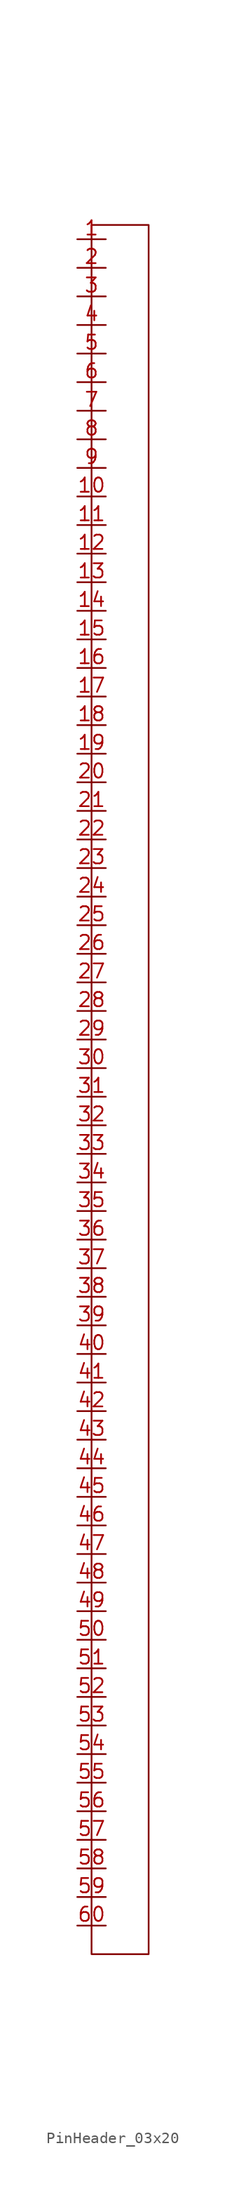
<source format=kicad_sym>
(kicad_symbol_lib
  (version 20241209)
  (generator "kicad_symbol_editor")
  (generator_version "9.0")
  (symbol "PinHeader_03x20"
    (property "Reference" "U"
      (at 0 0 0)
      (effects (font (size 1.27 1.27)) (hide yes)))
    (property "Value" ""
      (at 0 0 0)
      (effects (font (size 1.27 1.27))))
    (symbol "PinHeader_03x20_0_1"
      (polyline (pts (xy -5.08 27.94) (xy 0 27.94) (xy 0 -125.73) (xy -5.08 -125.73) (xy -5.08 27.94)) (stroke (width 0) (type default)) (fill (type none))))
    (symbol "PinHeader_03x20_1_1"
      (pin passive line (at -6.35 26.67 0) (length 2.54) (name "" (effects (font (size 1.27 1.27)))) (number "1" (effects (font (size 1.27 1.27)))))
      (pin passive line (at -6.35 24.13 0) (length 2.54) (name "" (effects (font (size 1.27 1.27)))) (number "2" (effects (font (size 1.27 1.27)))))
      (pin passive line (at -6.35 21.59 0) (length 2.54) (name "" (effects (font (size 1.27 1.27)))) (number "3" (effects (font (size 1.27 1.27)))))
      (pin passive line (at -6.35 19.05 0) (length 2.54) (name "" (effects (font (size 1.27 1.27)))) (number "4" (effects (font (size 1.27 1.27)))))
      (pin passive line (at -6.35 16.51 0) (length 2.54) (name "" (effects (font (size 1.27 1.27)))) (number "5" (effects (font (size 1.27 1.27)))))
      (pin passive line (at -6.35 13.97 0) (length 2.54) (name "" (effects (font (size 1.27 1.27)))) (number "6" (effects (font (size 1.27 1.27)))))
      (pin passive line (at -6.35 11.43 0) (length 2.54) (name "" (effects (font (size 1.27 1.27)))) (number "7" (effects (font (size 1.27 1.27)))))
      (pin passive line (at -6.35 8.89 0) (length 2.54) (name "" (effects (font (size 1.27 1.27)))) (number "8" (effects (font (size 1.27 1.27)))))
      (pin passive line (at -6.35 6.35 0) (length 2.54) (name "" (effects (font (size 1.27 1.27)))) (number "9" (effects (font (size 1.27 1.27)))))
      (pin passive line (at -6.35 3.81 0) (length 2.54) (name "" (effects (font (size 1.27 1.27)))) (number "10" (effects (font (size 1.27 1.27)))))
      (pin passive line (at -6.35 1.27 0) (length 2.54) (name "" (effects (font (size 1.27 1.27)))) (number "11" (effects (font (size 1.27 1.27)))))
      (pin passive line (at -6.35 -1.27 0) (length 2.54) (name "" (effects (font (size 1.27 1.27)))) (number "12" (effects (font (size 1.27 1.27)))))
      (pin passive line (at -6.35 -3.81 0) (length 2.54) (name "" (effects (font (size 1.27 1.27)))) (number "13" (effects (font (size 1.27 1.27)))))
      (pin passive line (at -6.35 -6.35 0) (length 2.54) (name "" (effects (font (size 1.27 1.27)))) (number "14" (effects (font (size 1.27 1.27)))))
      (pin passive line (at -6.35 -8.89 0) (length 2.54) (name "" (effects (font (size 1.27 1.27)))) (number "15" (effects (font (size 1.27 1.27)))))
      (pin passive line (at -6.35 -11.43 0) (length 2.54) (name "" (effects (font (size 1.27 1.27)))) (number "16" (effects (font (size 1.27 1.27)))))
      (pin passive line (at -6.35 -13.97 0) (length 2.54) (name "" (effects (font (size 1.27 1.27)))) (number "17" (effects (font (size 1.27 1.27)))))
      (pin passive line (at -6.35 -16.51 0) (length 2.54) (name "" (effects (font (size 1.27 1.27)))) (number "18" (effects (font (size 1.27 1.27)))))
      (pin passive line (at -6.35 -19.05 0) (length 2.54) (name "" (effects (font (size 1.27 1.27)))) (number "19" (effects (font (size 1.27 1.27)))))
      (pin passive line (at -6.35 -21.59 0) (length 2.54) (name "" (effects (font (size 1.27 1.27)))) (number "20" (effects (font (size 1.27 1.27)))))
      (pin passive line (at -6.35 -24.13 0) (length 2.54) (name "" (effects (font (size 1.27 1.27)))) (number "21" (effects (font (size 1.27 1.27)))))
      (pin passive line (at -6.35 -26.67 0) (length 2.54) (name "" (effects (font (size 1.27 1.27)))) (number "22" (effects (font (size 1.27 1.27)))))
      (pin passive line (at -6.35 -29.21 0) (length 2.54) (name "" (effects (font (size 1.27 1.27)))) (number "23" (effects (font (size 1.27 1.27)))))
      (pin passive line (at -6.35 -31.75 0) (length 2.54) (name "" (effects (font (size 1.27 1.27)))) (number "24" (effects (font (size 1.27 1.27)))))
      (pin passive line (at -6.35 -34.29 0) (length 2.54) (name "" (effects (font (size 1.27 1.27)))) (number "25" (effects (font (size 1.27 1.27)))))
      (pin passive line (at -6.35 -36.83 0) (length 2.54) (name "" (effects (font (size 1.27 1.27)))) (number "26" (effects (font (size 1.27 1.27)))))
      (pin passive line (at -6.35 -39.37 0) (length 2.54) (name "" (effects (font (size 1.27 1.27)))) (number "27" (effects (font (size 1.27 1.27)))))
      (pin passive line (at -6.35 -41.91 0) (length 2.54) (name "" (effects (font (size 1.27 1.27)))) (number "28" (effects (font (size 1.27 1.27)))))
      (pin passive line (at -6.35 -44.45 0) (length 2.54) (name "" (effects (font (size 1.27 1.27)))) (number "29" (effects (font (size 1.27 1.27)))))
      (pin passive line (at -6.35 -46.99 0) (length 2.54) (name "" (effects (font (size 1.27 1.27)))) (number "30" (effects (font (size 1.27 1.27)))))
      (pin passive line (at -6.35 -49.53 0) (length 2.54) (name "" (effects (font (size 1.27 1.27)))) (number "31" (effects (font (size 1.27 1.27)))))
      (pin passive line (at -6.35 -52.07 0) (length 2.54) (name "" (effects (font (size 1.27 1.27)))) (number "32" (effects (font (size 1.27 1.27)))))
      (pin passive line (at -6.35 -54.61 0) (length 2.54) (name "" (effects (font (size 1.27 1.27)))) (number "33" (effects (font (size 1.27 1.27)))))
      (pin passive line (at -6.35 -57.15 0) (length 2.54) (name "" (effects (font (size 1.27 1.27)))) (number "34" (effects (font (size 1.27 1.27)))))
      (pin passive line (at -6.35 -59.69 0) (length 2.54) (name "" (effects (font (size 1.27 1.27)))) (number "35" (effects (font (size 1.27 1.27)))))
      (pin passive line (at -6.35 -62.23 0) (length 2.54) (name "" (effects (font (size 1.27 1.27)))) (number "36" (effects (font (size 1.27 1.27)))))
      (pin passive line (at -6.35 -64.77 0) (length 2.54) (name "" (effects (font (size 1.27 1.27)))) (number "37" (effects (font (size 1.27 1.27)))))
      (pin passive line (at -6.35 -67.31 0) (length 2.54) (name "" (effects (font (size 1.27 1.27)))) (number "38" (effects (font (size 1.27 1.27)))))
      (pin passive line (at -6.35 -69.85 0) (length 2.54) (name "" (effects (font (size 1.27 1.27)))) (number "39" (effects (font (size 1.27 1.27)))))
      (pin passive line (at -6.35 -72.39 0) (length 2.54) (name "" (effects (font (size 1.27 1.27)))) (number "40" (effects (font (size 1.27 1.27)))))
      (pin passive line (at -6.35 -74.93 0) (length 2.54) (name "" (effects (font (size 1.27 1.27)))) (number "41" (effects (font (size 1.27 1.27)))))
      (pin passive line (at -6.35 -77.47 0) (length 2.54) (name "" (effects (font (size 1.27 1.27)))) (number "42" (effects (font (size 1.27 1.27)))))
      (pin passive line (at -6.35 -80.01 0) (length 2.54) (name "" (effects (font (size 1.27 1.27)))) (number "43" (effects (font (size 1.27 1.27)))))
      (pin passive line (at -6.35 -82.55 0) (length 2.54) (name "" (effects (font (size 1.27 1.27)))) (number "44" (effects (font (size 1.27 1.27)))))
      (pin passive line (at -6.35 -85.09 0) (length 2.54) (name "" (effects (font (size 1.27 1.27)))) (number "45" (effects (font (size 1.27 1.27)))))
      (pin passive line (at -6.35 -87.63 0) (length 2.54) (name "" (effects (font (size 1.27 1.27)))) (number "46" (effects (font (size 1.27 1.27)))))
      (pin passive line (at -6.35 -90.17 0) (length 2.54) (name "" (effects (font (size 1.27 1.27)))) (number "47" (effects (font (size 1.27 1.27)))))
      (pin passive line (at -6.35 -92.71 0) (length 2.54) (name "" (effects (font (size 1.27 1.27)))) (number "48" (effects (font (size 1.27 1.27)))))
      (pin passive line (at -6.35 -95.25 0) (length 2.54) (name "" (effects (font (size 1.27 1.27)))) (number "49" (effects (font (size 1.27 1.27)))))
      (pin passive line (at -6.35 -97.79 0) (length 2.54) (name "" (effects (font (size 1.27 1.27)))) (number "50" (effects (font (size 1.27 1.27)))))
      (pin passive line (at -6.35 -100.33 0) (length 2.54) (name "" (effects (font (size 1.27 1.27)))) (number "51" (effects (font (size 1.27 1.27)))))
      (pin passive line (at -6.35 -102.87 0) (length 2.54) (name "" (effects (font (size 1.27 1.27)))) (number "52" (effects (font (size 1.27 1.27)))))
      (pin passive line (at -6.35 -105.41 0) (length 2.54) (name "" (effects (font (size 1.27 1.27)))) (number "53" (effects (font (size 1.27 1.27)))))
      (pin passive line (at -6.35 -107.95 0) (length 2.54) (name "" (effects (font (size 1.27 1.27)))) (number "54" (effects (font (size 1.27 1.27)))))
      (pin passive line (at -6.35 -110.49 0) (length 2.54) (name "" (effects (font (size 1.27 1.27)))) (number "55" (effects (font (size 1.27 1.27)))))
      (pin passive line (at -6.35 -113.03 0) (length 2.54) (name "" (effects (font (size 1.27 1.27)))) (number "56" (effects (font (size 1.27 1.27)))))
      (pin passive line (at -6.35 -115.57 0) (length 2.54) (name "" (effects (font (size 1.27 1.27)))) (number "57" (effects (font (size 1.27 1.27)))))
      (pin passive line (at -6.35 -118.11 0) (length 2.54) (name "" (effects (font (size 1.27 1.27)))) (number "58" (effects (font (size 1.27 1.27)))))
      (pin passive line (at -6.35 -120.65 0) (length 2.54) (name "" (effects (font (size 1.27 1.27)))) (number "59" (effects (font (size 1.27 1.27)))))
      (pin passive line (at -6.35 -123.19 0) (length 2.54) (name "" (effects (font (size 1.27 1.27)))) (number "60" (effects (font (size 1.27 1.27))))))))
</source>
